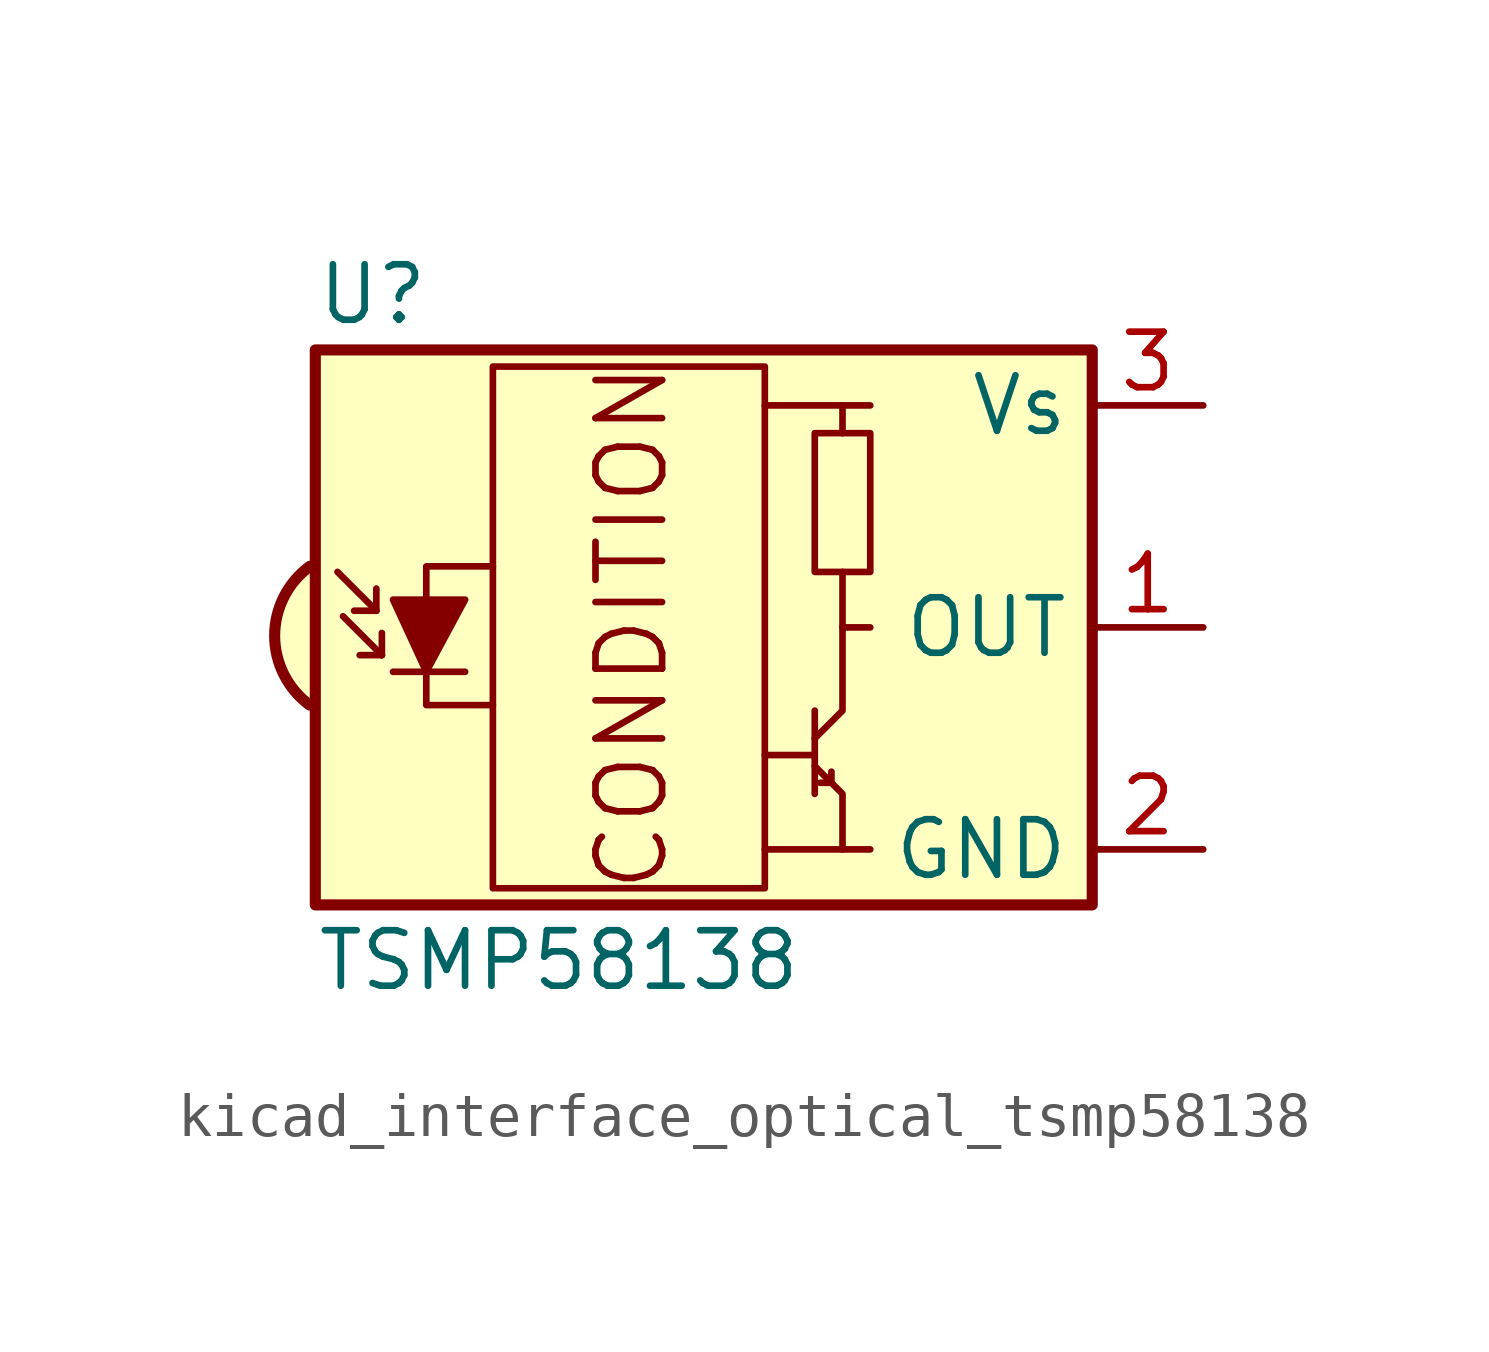
<source format=kicad_sym>
(kicad_symbol_lib
  (version 20220914)
  (generator kicad_symbol_editor)
  (symbol "kicad_interface_optical_tsmp58138"
    (property "Reference" "U"
      (at -10.16 7.62 0)
      (effects (font (size 1.27 1.27)) (justify left)))
    (property "Value" "TSMP58138"
      (at -10.16 -7.62 0)
      (effects (font (size 1.27 1.27)) (justify left)))
    (symbol "kicad_interface_optical_tsmp58138_0_0"
      (arc (start -10.287 1.397) (mid -11.0899 -0.1852) (end -10.287 -1.778) (stroke (width 0.254) (type default)) (fill (type background)))
      (polyline (pts (xy 1.905 -5.08) (xy 0.127 -5.08)) (stroke (width 0) (type default)) (fill (type none)))
      (polyline (pts (xy 1.905 5.08) (xy 0.127 5.08)) (stroke (width 0) (type default)) (fill (type none)))
      (text "CONDITION" (at -2.921 0 900) (effects (font (size 1.524 1.524)))))
    (symbol "kicad_interface_optical_tsmp58138_0_1"
      (rectangle (start -6.096 5.969) (end 0.127 -5.969) (stroke (width 0) (type default)) (fill (type none)))
      (polyline (pts (xy -8.763 0.381) (xy -9.652 1.27)) (stroke (width 0) (type default)) (fill (type none)))
      (polyline (pts (xy -8.763 0.381) (xy -9.271 0.381)) (stroke (width 0) (type default)) (fill (type none)))
      (polyline (pts (xy -8.763 0.381) (xy -8.763 0.889)) (stroke (width 0) (type default)) (fill (type none)))
      (polyline (pts (xy -8.636 -0.635) (xy -9.525 0.254)) (stroke (width 0) (type default)) (fill (type none)))
      (polyline (pts (xy -8.636 -0.635) (xy -9.144 -0.635)) (stroke (width 0) (type default)) (fill (type none)))
      (polyline (pts (xy -8.636 -0.635) (xy -8.636 -0.127)) (stroke (width 0) (type default)) (fill (type none)))
      (polyline (pts (xy -8.382 -1.016) (xy -6.731 -1.016)) (stroke (width 0) (type default)) (fill (type none)))
      (polyline (pts (xy 1.27 -2.921) (xy 0.127 -2.921)) (stroke (width 0) (type default)) (fill (type none)))
      (polyline (pts (xy 1.27 -1.905) (xy 1.27 -3.81)) (stroke (width 0) (type default)) (fill (type none)))
      (polyline (pts (xy 1.397 -3.556) (xy 1.524 -3.556)) (stroke (width 0) (type default)) (fill (type none)))
      (polyline (pts (xy 1.651 -3.556) (xy 1.524 -3.556)) (stroke (width 0) (type default)) (fill (type none)))
      (polyline (pts (xy 1.651 -3.556) (xy 1.651 -3.302)) (stroke (width 0) (type default)) (fill (type none)))
      (polyline (pts (xy 1.905 0) (xy 1.905 1.27)) (stroke (width 0) (type default)) (fill (type none)))
      (polyline (pts (xy 1.905 4.445) (xy 1.905 5.08) (xy 2.54 5.08)) (stroke (width 0) (type default)) (fill (type none)))
      (polyline (pts (xy -8.382 0.635) (xy -6.731 0.635) (xy -7.62 -1.016) (xy -8.382 0.635)) (stroke (width 0) (type default)) (fill (type outline)))
      (polyline (pts (xy -6.096 1.397) (xy -7.62 1.397) (xy -7.62 -1.778) (xy -6.096 -1.778)) (stroke (width 0) (type default)) (fill (type none)))
      (polyline (pts (xy 1.27 -3.175) (xy 1.905 -3.81) (xy 1.905 -5.08) (xy 2.54 -5.08)) (stroke (width 0) (type default)) (fill (type none)))
      (polyline (pts (xy 1.27 -2.54) (xy 1.905 -1.905) (xy 1.905 0) (xy 2.54 0)) (stroke (width 0) (type default)) (fill (type none)))
      (rectangle (start 2.54 1.27) (end 1.27 4.445) (stroke (width 0) (type default)) (fill (type none)))
      (rectangle (start 7.62 6.35) (end -10.16 -6.35) (stroke (width 0.254) (type default)) (fill (type background))))
    (symbol "kicad_interface_optical_tsmp58138_1_1"
      (pin output line (at 10.16 0 180) (length 2.54) (name "OUT" (effects (font (size 1.27 1.27)))) (number "1" (effects (font (size 1.27 1.27)))))
      (pin power_in line (at 10.16 -5.08 180) (length 2.54) (name "GND" (effects (font (size 1.27 1.27)))) (number "2" (effects (font (size 1.27 1.27)))))
      (pin power_in line (at 10.16 5.08 180) (length 2.54) (name "Vs" (effects (font (size 1.27 1.27)))) (number "3" (effects (font (size 1.27 1.27))))))))
</source>
